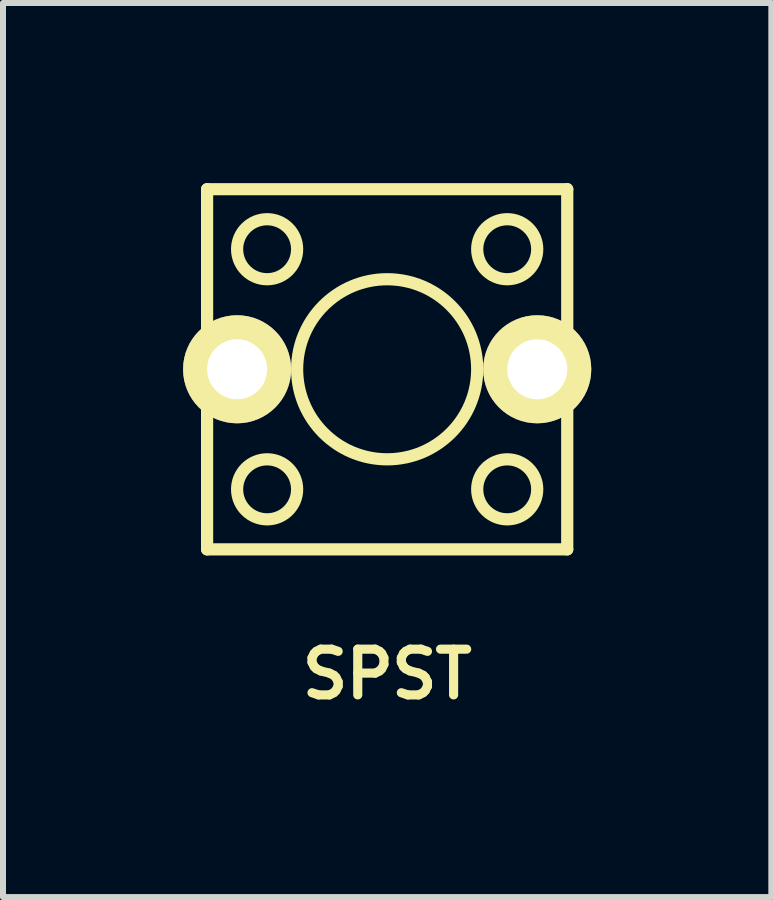
<source format=kicad_pcb>
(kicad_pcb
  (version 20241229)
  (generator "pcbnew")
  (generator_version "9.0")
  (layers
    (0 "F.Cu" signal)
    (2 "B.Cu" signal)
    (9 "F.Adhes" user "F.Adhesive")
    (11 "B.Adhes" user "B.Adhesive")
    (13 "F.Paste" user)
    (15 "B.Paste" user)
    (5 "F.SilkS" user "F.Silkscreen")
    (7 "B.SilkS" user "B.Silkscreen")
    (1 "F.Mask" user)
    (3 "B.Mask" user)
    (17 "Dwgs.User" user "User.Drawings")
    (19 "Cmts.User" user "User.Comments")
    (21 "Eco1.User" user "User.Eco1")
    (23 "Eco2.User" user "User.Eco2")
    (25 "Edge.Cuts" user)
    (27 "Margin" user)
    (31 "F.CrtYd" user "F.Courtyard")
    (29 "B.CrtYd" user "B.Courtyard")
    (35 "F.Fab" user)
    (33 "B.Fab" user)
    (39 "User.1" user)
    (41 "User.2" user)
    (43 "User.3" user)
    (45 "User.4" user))
  (footprint "SPST"
    (layer "F.Cu")
    (at 3.4 3.102)
    (property "Reference" "SPST" (at 0 5.08 0) (layer "F.SilkS") (effects (font (size 0.762 0.762) (thickness 0.152))))
    (attr through_hole)
    (fp_line (start -3 -3) (end -3 3) (stroke (width 0.203) (type solid)) (layer "F.SilkS"))
    (fp_line (start -3 3) (end 3 3) (stroke (width 0.203) (type solid)) (layer "F.SilkS"))
    (fp_line (start 3 -3) (end -3 -3) (stroke (width 0.203) (type solid)) (layer "F.SilkS"))
    (fp_line (start 3 3) (end 3 -3) (stroke (width 0.203) (type solid)) (layer "F.SilkS"))
    (fp_circle (center -2 -2) (end -2.5 -2) (stroke (width 0.203) (type solid)) (fill no) (layer "F.SilkS"))
    (fp_circle (center -2 2) (end -2 2.5) (stroke (width 0.203) (type solid)) (fill no) (layer "F.SilkS"))
    (fp_circle (center 0 0) (end 0 -1.5) (stroke (width 0.203) (type solid)) (fill no) (layer "F.SilkS"))
    (fp_circle (center 2 -2) (end 1.5 -2) (stroke (width 0.203) (type solid)) (fill no) (layer "F.SilkS"))
    (fp_circle (center 2 2) (end 2 2.5) (stroke (width 0.203) (type solid)) (fill no) (layer "F.SilkS"))
    (pad "1" thru_hole circle (at -2.5 0) (size 1.8 1.8) (drill 1) (layers "*.Cu" "*.Mask" "F.SilkS"))
    (pad "2" thru_hole circle (at 2.5 0) (size 1.8 1.8) (drill 1) (layers "*.Cu" "*.Mask" "F.SilkS")))
  (gr_rect
    (start -3 -3)
    (end 9.8 11.895)
    (stroke (width 0.1) (type default))
    (fill no)
    (layer "Edge.Cuts")))
</source>
